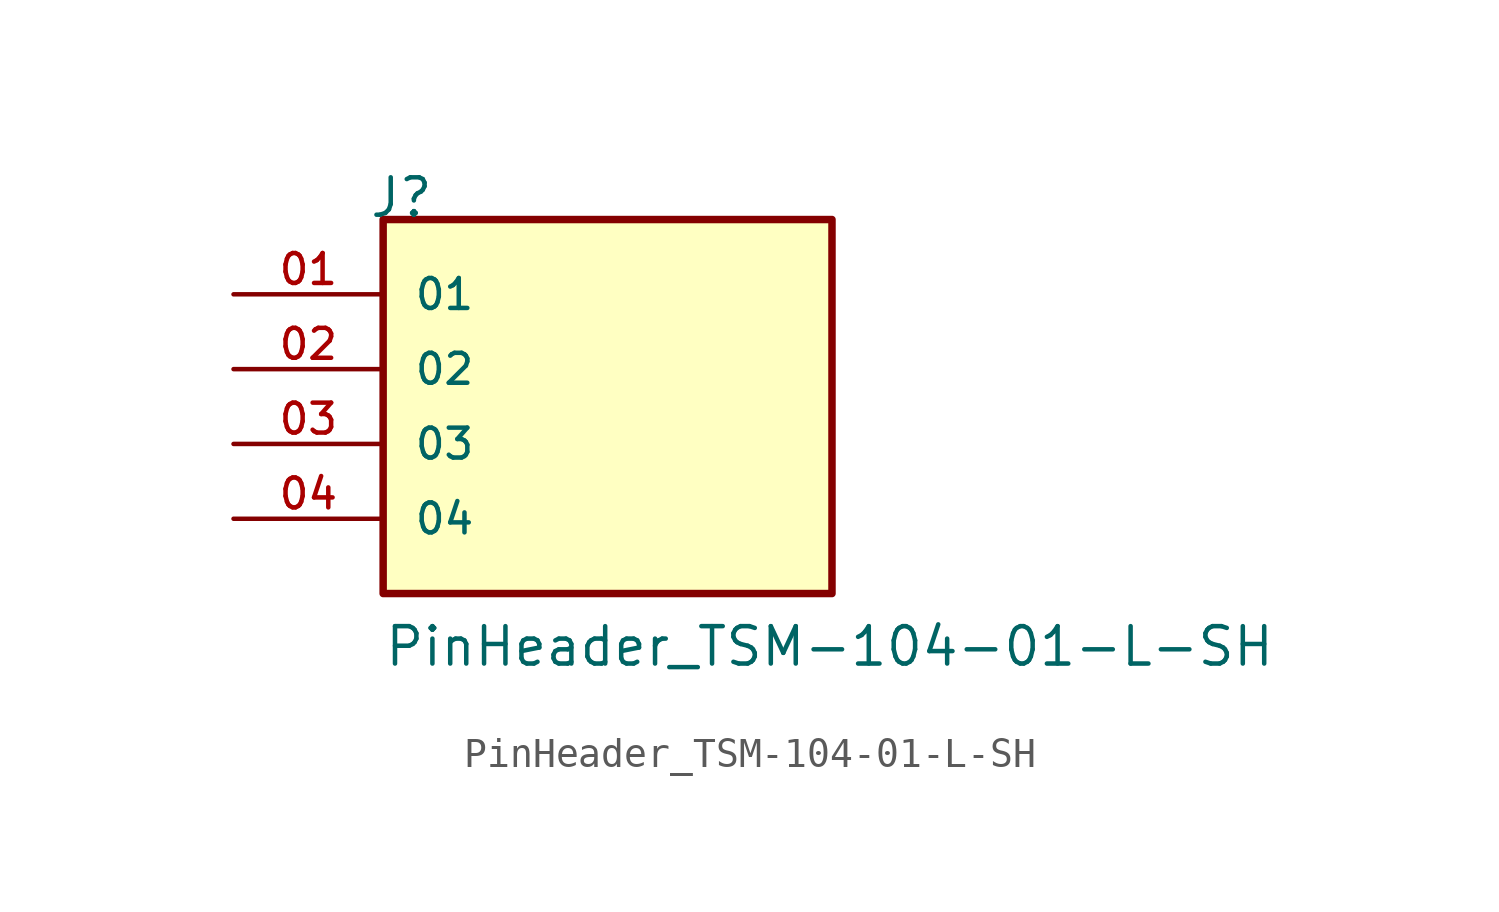
<source format=kicad_sym>
(kicad_symbol_lib
  (version 20201005)
  (generator kicad_symbol_editor)
  (symbol "NB3_power:PinHeader_TSM-104-01-L-SH"
    (pin_names
      (offset 1.016))
    (property "Reference" "J"
      (at -8.128 7.62 0)
      (effects (font (size 1.27 1.27)) (justify left bottom)))
    (property "Value" "PinHeader_TSM-104-01-L-SH"
      (at -7.62 -7.62 0)
      (effects (font (size 1.27 1.27)) (justify left bottom)))
    (symbol "PinHeader_TSM-104-01-L-SH_0_0"
      (rectangle (start -7.62 -5.08) (end 7.62 7.62) (stroke (width 0.254)) (fill (type background)))
      (pin passive line (at -12.7 5.08 0) (length 5.08) (name "01" (effects (font (size 1.016 1.016)))) (number "01" (effects (font (size 1.016 1.016)))))
      (pin passive line (at -12.7 2.54 0) (length 5.08) (name "02" (effects (font (size 1.016 1.016)))) (number "02" (effects (font (size 1.016 1.016)))))
      (pin passive line (at -12.7 0 0) (length 5.08) (name "03" (effects (font (size 1.016 1.016)))) (number "03" (effects (font (size 1.016 1.016)))))
      (pin passive line (at -12.7 -2.54 0) (length 5.08) (name "04" (effects (font (size 1.016 1.016)))) (number "04" (effects (font (size 1.016 1.016))))))))
</source>
